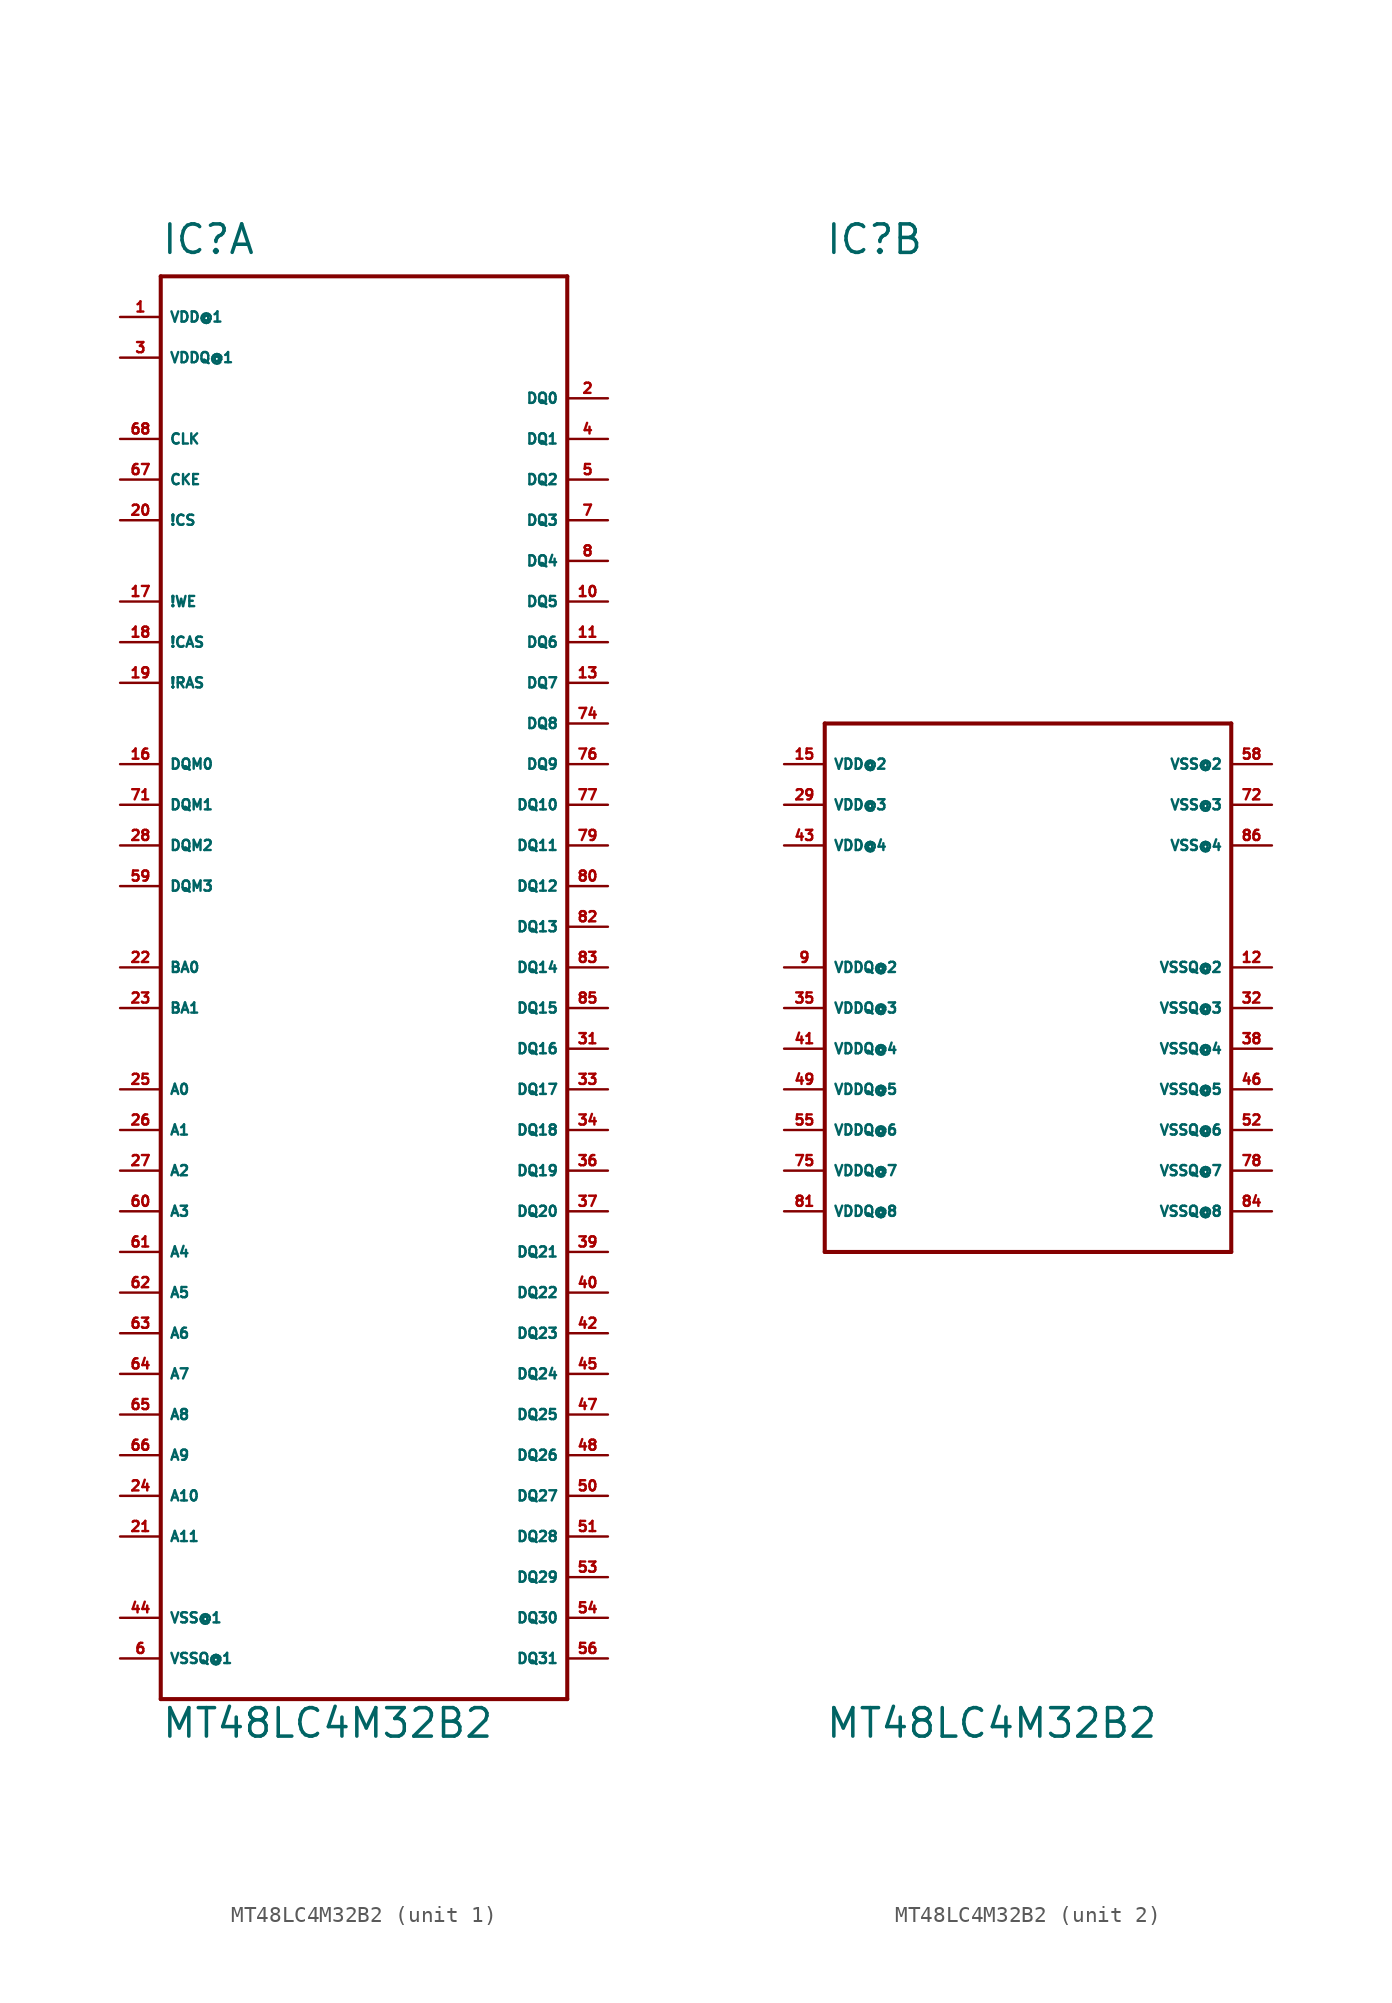
<source format=kicad_sym>
(kicad_symbol_lib
  (version 20220914)
  (generator Eagle2Kicad)
  (symbol "MT48LC4M32B2"
    (property "Reference" "IC"
      (at -12.7 44.45 0)
      (effects (font (size 1.778 1.778) (thickness 0.22)) (justify left bottom)))
    (property "Value" "MT48LC4M32B2"
      (at -12.7 -48.26 0)
      (effects (font (size 1.778 1.778) (thickness 0.22)) (justify left bottom)))
    (symbol "MT48LC4M32B2_1_0"
      (polyline (pts (xy -12.7 43.18) (xy -12.7 -45.72)) (stroke (width 0.254) (type default)) (fill (type none)))
      (polyline (pts (xy -12.7 -45.72) (xy 12.7 -45.72)) (stroke (width 0.254) (type default)) (fill (type none)))
      (polyline (pts (xy 12.7 -45.72) (xy 12.7 43.18)) (stroke (width 0.254) (type default)) (fill (type none)))
      (polyline (pts (xy 12.7 43.18) (xy -12.7 43.18)) (stroke (width 0.254) (type default)) (fill (type none)))
      (pin unspecified line (at -15.24 40.64 0) (length 2.54) (name "VDD@1" (effects (font (size 0.635 0.635) (thickness 0.08)) (justify left bottom))) (number "1" (effects (font (size 0.635 0.635) (thickness 0.08)) (justify left bottom))))
      (pin unspecified line (at -15.24 -40.64 0) (length 2.54) (name "VSS@1" (effects (font (size 0.635 0.635) (thickness 0.08)) (justify left bottom))) (number "44" (effects (font (size 0.635 0.635) (thickness 0.08)) (justify left bottom))))
      (pin unspecified line (at -15.24 38.1 0) (length 2.54) (name "VDDQ@1" (effects (font (size 0.635 0.635) (thickness 0.08)) (justify left bottom))) (number "3" (effects (font (size 0.635 0.635) (thickness 0.08)) (justify left bottom))))
      (pin unspecified line (at -15.24 -43.18 0) (length 2.54) (name "VSSQ@1" (effects (font (size 0.635 0.635) (thickness 0.08)) (justify left bottom))) (number "6" (effects (font (size 0.635 0.635) (thickness 0.08)) (justify left bottom))))
      (pin input line (at -15.24 33.02 0) (length 2.54) (name "CLK" (effects (font (size 0.635 0.635) (thickness 0.08)) (justify left bottom))) (number "68" (effects (font (size 0.635 0.635) (thickness 0.08)) (justify left bottom))))
      (pin input line (at -15.24 30.48 0) (length 2.54) (name "CKE" (effects (font (size 0.635 0.635) (thickness 0.08)) (justify left bottom))) (number "67" (effects (font (size 0.635 0.635) (thickness 0.08)) (justify left bottom))))
      (pin input line (at -15.24 27.94 0) (length 2.54) (name "!CS" (effects (font (size 0.635 0.635) (thickness 0.08)) (justify left bottom))) (number "20" (effects (font (size 0.635 0.635) (thickness 0.08)) (justify left bottom))))
      (pin input line (at -15.24 22.86 0) (length 2.54) (name "!WE" (effects (font (size 0.635 0.635) (thickness 0.08)) (justify left bottom))) (number "17" (effects (font (size 0.635 0.635) (thickness 0.08)) (justify left bottom))))
      (pin input line (at -15.24 20.32 0) (length 2.54) (name "!CAS" (effects (font (size 0.635 0.635) (thickness 0.08)) (justify left bottom))) (number "18" (effects (font (size 0.635 0.635) (thickness 0.08)) (justify left bottom))))
      (pin input line (at -15.24 17.78 0) (length 2.54) (name "!RAS" (effects (font (size 0.635 0.635) (thickness 0.08)) (justify left bottom))) (number "19" (effects (font (size 0.635 0.635) (thickness 0.08)) (justify left bottom))))
      (pin input line (at -15.24 12.7 0) (length 2.54) (name "DQM0" (effects (font (size 0.635 0.635) (thickness 0.08)) (justify left bottom))) (number "16" (effects (font (size 0.635 0.635) (thickness 0.08)) (justify left bottom))))
      (pin input line (at -15.24 10.16 0) (length 2.54) (name "DQM1" (effects (font (size 0.635 0.635) (thickness 0.08)) (justify left bottom))) (number "71" (effects (font (size 0.635 0.635) (thickness 0.08)) (justify left bottom))))
      (pin input line (at -15.24 7.62 0) (length 2.54) (name "DQM2" (effects (font (size 0.635 0.635) (thickness 0.08)) (justify left bottom))) (number "28" (effects (font (size 0.635 0.635) (thickness 0.08)) (justify left bottom))))
      (pin input line (at -15.24 5.08 0) (length 2.54) (name "DQM3" (effects (font (size 0.635 0.635) (thickness 0.08)) (justify left bottom))) (number "59" (effects (font (size 0.635 0.635) (thickness 0.08)) (justify left bottom))))
      (pin input line (at -15.24 0 0) (length 2.54) (name "BA0" (effects (font (size 0.635 0.635) (thickness 0.08)) (justify left bottom))) (number "22" (effects (font (size 0.635 0.635) (thickness 0.08)) (justify left bottom))))
      (pin input line (at -15.24 -2.54 0) (length 2.54) (name "BA1" (effects (font (size 0.635 0.635) (thickness 0.08)) (justify left bottom))) (number "23" (effects (font (size 0.635 0.635) (thickness 0.08)) (justify left bottom))))
      (pin input line (at -15.24 -7.62 0) (length 2.54) (name "A0" (effects (font (size 0.635 0.635) (thickness 0.08)) (justify left bottom))) (number "25" (effects (font (size 0.635 0.635) (thickness 0.08)) (justify left bottom))))
      (pin input line (at -15.24 -10.16 0) (length 2.54) (name "A1" (effects (font (size 0.635 0.635) (thickness 0.08)) (justify left bottom))) (number "26" (effects (font (size 0.635 0.635) (thickness 0.08)) (justify left bottom))))
      (pin input line (at -15.24 -12.7 0) (length 2.54) (name "A2" (effects (font (size 0.635 0.635) (thickness 0.08)) (justify left bottom))) (number "27" (effects (font (size 0.635 0.635) (thickness 0.08)) (justify left bottom))))
      (pin input line (at -15.24 -15.24 0) (length 2.54) (name "A3" (effects (font (size 0.635 0.635) (thickness 0.08)) (justify left bottom))) (number "60" (effects (font (size 0.635 0.635) (thickness 0.08)) (justify left bottom))))
      (pin input line (at -15.24 -17.78 0) (length 2.54) (name "A4" (effects (font (size 0.635 0.635) (thickness 0.08)) (justify left bottom))) (number "61" (effects (font (size 0.635 0.635) (thickness 0.08)) (justify left bottom))))
      (pin input line (at -15.24 -20.32 0) (length 2.54) (name "A5" (effects (font (size 0.635 0.635) (thickness 0.08)) (justify left bottom))) (number "62" (effects (font (size 0.635 0.635) (thickness 0.08)) (justify left bottom))))
      (pin input line (at -15.24 -22.86 0) (length 2.54) (name "A6" (effects (font (size 0.635 0.635) (thickness 0.08)) (justify left bottom))) (number "63" (effects (font (size 0.635 0.635) (thickness 0.08)) (justify left bottom))))
      (pin input line (at -15.24 -25.4 0) (length 2.54) (name "A7" (effects (font (size 0.635 0.635) (thickness 0.08)) (justify left bottom))) (number "64" (effects (font (size 0.635 0.635) (thickness 0.08)) (justify left bottom))))
      (pin input line (at -15.24 -27.94 0) (length 2.54) (name "A8" (effects (font (size 0.635 0.635) (thickness 0.08)) (justify left bottom))) (number "65" (effects (font (size 0.635 0.635) (thickness 0.08)) (justify left bottom))))
      (pin input line (at -15.24 -30.48 0) (length 2.54) (name "A9" (effects (font (size 0.635 0.635) (thickness 0.08)) (justify left bottom))) (number "66" (effects (font (size 0.635 0.635) (thickness 0.08)) (justify left bottom))))
      (pin input line (at -15.24 -33.02 0) (length 2.54) (name "A10" (effects (font (size 0.635 0.635) (thickness 0.08)) (justify left bottom))) (number "24" (effects (font (size 0.635 0.635) (thickness 0.08)) (justify left bottom))))
      (pin input line (at -15.24 -35.56 0) (length 2.54) (name "A11" (effects (font (size 0.635 0.635) (thickness 0.08)) (justify left bottom))) (number "21" (effects (font (size 0.635 0.635) (thickness 0.08)) (justify left bottom))))
      (pin input line (at 15.24 35.56 180) (length 2.54) (name "DQ0" (effects (font (size 0.635 0.635) (thickness 0.08)) (justify left bottom))) (number "2" (effects (font (size 0.635 0.635) (thickness 0.08)) (justify left bottom))))
      (pin input line (at 15.24 33.02 180) (length 2.54) (name "DQ1" (effects (font (size 0.635 0.635) (thickness 0.08)) (justify left bottom))) (number "4" (effects (font (size 0.635 0.635) (thickness 0.08)) (justify left bottom))))
      (pin input line (at 15.24 30.48 180) (length 2.54) (name "DQ2" (effects (font (size 0.635 0.635) (thickness 0.08)) (justify left bottom))) (number "5" (effects (font (size 0.635 0.635) (thickness 0.08)) (justify left bottom))))
      (pin input line (at 15.24 27.94 180) (length 2.54) (name "DQ3" (effects (font (size 0.635 0.635) (thickness 0.08)) (justify left bottom))) (number "7" (effects (font (size 0.635 0.635) (thickness 0.08)) (justify left bottom))))
      (pin input line (at 15.24 25.4 180) (length 2.54) (name "DQ4" (effects (font (size 0.635 0.635) (thickness 0.08)) (justify left bottom))) (number "8" (effects (font (size 0.635 0.635) (thickness 0.08)) (justify left bottom))))
      (pin input line (at 15.24 22.86 180) (length 2.54) (name "DQ5" (effects (font (size 0.635 0.635) (thickness 0.08)) (justify left bottom))) (number "10" (effects (font (size 0.635 0.635) (thickness 0.08)) (justify left bottom))))
      (pin input line (at 15.24 20.32 180) (length 2.54) (name "DQ6" (effects (font (size 0.635 0.635) (thickness 0.08)) (justify left bottom))) (number "11" (effects (font (size 0.635 0.635) (thickness 0.08)) (justify left bottom))))
      (pin input line (at 15.24 17.78 180) (length 2.54) (name "DQ7" (effects (font (size 0.635 0.635) (thickness 0.08)) (justify left bottom))) (number "13" (effects (font (size 0.635 0.635) (thickness 0.08)) (justify left bottom))))
      (pin input line (at 15.24 15.24 180) (length 2.54) (name "DQ8" (effects (font (size 0.635 0.635) (thickness 0.08)) (justify left bottom))) (number "74" (effects (font (size 0.635 0.635) (thickness 0.08)) (justify left bottom))))
      (pin input line (at 15.24 12.7 180) (length 2.54) (name "DQ9" (effects (font (size 0.635 0.635) (thickness 0.08)) (justify left bottom))) (number "76" (effects (font (size 0.635 0.635) (thickness 0.08)) (justify left bottom))))
      (pin input line (at 15.24 10.16 180) (length 2.54) (name "DQ10" (effects (font (size 0.635 0.635) (thickness 0.08)) (justify left bottom))) (number "77" (effects (font (size 0.635 0.635) (thickness 0.08)) (justify left bottom))))
      (pin input line (at 15.24 7.62 180) (length 2.54) (name "DQ11" (effects (font (size 0.635 0.635) (thickness 0.08)) (justify left bottom))) (number "79" (effects (font (size 0.635 0.635) (thickness 0.08)) (justify left bottom))))
      (pin input line (at 15.24 5.08 180) (length 2.54) (name "DQ12" (effects (font (size 0.635 0.635) (thickness 0.08)) (justify left bottom))) (number "80" (effects (font (size 0.635 0.635) (thickness 0.08)) (justify left bottom))))
      (pin input line (at 15.24 2.54 180) (length 2.54) (name "DQ13" (effects (font (size 0.635 0.635) (thickness 0.08)) (justify left bottom))) (number "82" (effects (font (size 0.635 0.635) (thickness 0.08)) (justify left bottom))))
      (pin input line (at 15.24 0 180) (length 2.54) (name "DQ14" (effects (font (size 0.635 0.635) (thickness 0.08)) (justify left bottom))) (number "83" (effects (font (size 0.635 0.635) (thickness 0.08)) (justify left bottom))))
      (pin input line (at 15.24 -2.54 180) (length 2.54) (name "DQ15" (effects (font (size 0.635 0.635) (thickness 0.08)) (justify left bottom))) (number "85" (effects (font (size 0.635 0.635) (thickness 0.08)) (justify left bottom))))
      (pin input line (at 15.24 -5.08 180) (length 2.54) (name "DQ16" (effects (font (size 0.635 0.635) (thickness 0.08)) (justify left bottom))) (number "31" (effects (font (size 0.635 0.635) (thickness 0.08)) (justify left bottom))))
      (pin input line (at 15.24 -7.62 180) (length 2.54) (name "DQ17" (effects (font (size 0.635 0.635) (thickness 0.08)) (justify left bottom))) (number "33" (effects (font (size 0.635 0.635) (thickness 0.08)) (justify left bottom))))
      (pin input line (at 15.24 -10.16 180) (length 2.54) (name "DQ18" (effects (font (size 0.635 0.635) (thickness 0.08)) (justify left bottom))) (number "34" (effects (font (size 0.635 0.635) (thickness 0.08)) (justify left bottom))))
      (pin input line (at 15.24 -12.7 180) (length 2.54) (name "DQ19" (effects (font (size 0.635 0.635) (thickness 0.08)) (justify left bottom))) (number "36" (effects (font (size 0.635 0.635) (thickness 0.08)) (justify left bottom))))
      (pin input line (at 15.24 -15.24 180) (length 2.54) (name "DQ20" (effects (font (size 0.635 0.635) (thickness 0.08)) (justify left bottom))) (number "37" (effects (font (size 0.635 0.635) (thickness 0.08)) (justify left bottom))))
      (pin input line (at 15.24 -17.78 180) (length 2.54) (name "DQ21" (effects (font (size 0.635 0.635) (thickness 0.08)) (justify left bottom))) (number "39" (effects (font (size 0.635 0.635) (thickness 0.08)) (justify left bottom))))
      (pin input line (at 15.24 -20.32 180) (length 2.54) (name "DQ22" (effects (font (size 0.635 0.635) (thickness 0.08)) (justify left bottom))) (number "40" (effects (font (size 0.635 0.635) (thickness 0.08)) (justify left bottom))))
      (pin input line (at 15.24 -22.86 180) (length 2.54) (name "DQ23" (effects (font (size 0.635 0.635) (thickness 0.08)) (justify left bottom))) (number "42" (effects (font (size 0.635 0.635) (thickness 0.08)) (justify left bottom))))
      (pin input line (at 15.24 -25.4 180) (length 2.54) (name "DQ24" (effects (font (size 0.635 0.635) (thickness 0.08)) (justify left bottom))) (number "45" (effects (font (size 0.635 0.635) (thickness 0.08)) (justify left bottom))))
      (pin input line (at 15.24 -27.94 180) (length 2.54) (name "DQ25" (effects (font (size 0.635 0.635) (thickness 0.08)) (justify left bottom))) (number "47" (effects (font (size 0.635 0.635) (thickness 0.08)) (justify left bottom))))
      (pin input line (at 15.24 -30.48 180) (length 2.54) (name "DQ26" (effects (font (size 0.635 0.635) (thickness 0.08)) (justify left bottom))) (number "48" (effects (font (size 0.635 0.635) (thickness 0.08)) (justify left bottom))))
      (pin input line (at 15.24 -33.02 180) (length 2.54) (name "DQ27" (effects (font (size 0.635 0.635) (thickness 0.08)) (justify left bottom))) (number "50" (effects (font (size 0.635 0.635) (thickness 0.08)) (justify left bottom))))
      (pin input line (at 15.24 -35.56 180) (length 2.54) (name "DQ28" (effects (font (size 0.635 0.635) (thickness 0.08)) (justify left bottom))) (number "51" (effects (font (size 0.635 0.635) (thickness 0.08)) (justify left bottom))))
      (pin input line (at 15.24 -38.1 180) (length 2.54) (name "DQ29" (effects (font (size 0.635 0.635) (thickness 0.08)) (justify left bottom))) (number "53" (effects (font (size 0.635 0.635) (thickness 0.08)) (justify left bottom))))
      (pin input line (at 15.24 -40.64 180) (length 2.54) (name "DQ30" (effects (font (size 0.635 0.635) (thickness 0.08)) (justify left bottom))) (number "54" (effects (font (size 0.635 0.635) (thickness 0.08)) (justify left bottom))))
      (pin input line (at 15.24 -43.18 180) (length 2.54) (name "DQ31" (effects (font (size 0.635 0.635) (thickness 0.08)) (justify left bottom))) (number "56" (effects (font (size 0.635 0.635) (thickness 0.08)) (justify left bottom)))))
    (symbol "MT48LC4M32B2_2_0"
      (polyline (pts (xy -12.7 15.24) (xy -12.7 -17.78)) (stroke (width 0.254) (type default)) (fill (type none)))
      (polyline (pts (xy -12.7 -17.78) (xy 12.7 -17.78)) (stroke (width 0.254) (type default)) (fill (type none)))
      (polyline (pts (xy 12.7 -17.78) (xy 12.7 15.24)) (stroke (width 0.254) (type default)) (fill (type none)))
      (polyline (pts (xy 12.7 15.24) (xy -12.7 15.24)) (stroke (width 0.254) (type default)) (fill (type none)))
      (pin unspecified line (at -15.24 12.7 0) (length 2.54) (name "VDD@2" (effects (font (size 0.635 0.635) (thickness 0.08)) (justify left bottom))) (number "15" (effects (font (size 0.635 0.635) (thickness 0.08)) (justify left bottom))))
      (pin unspecified line (at 15.24 12.7 180) (length 2.54) (name "VSS@2" (effects (font (size 0.635 0.635) (thickness 0.08)) (justify left bottom))) (number "58" (effects (font (size 0.635 0.635) (thickness 0.08)) (justify left bottom))))
      (pin unspecified line (at -15.24 0 0) (length 2.54) (name "VDDQ@2" (effects (font (size 0.635 0.635) (thickness 0.08)) (justify left bottom))) (number "9" (effects (font (size 0.635 0.635) (thickness 0.08)) (justify left bottom))))
      (pin unspecified line (at 15.24 0 180) (length 2.54) (name "VSSQ@2" (effects (font (size 0.635 0.635) (thickness 0.08)) (justify left bottom))) (number "12" (effects (font (size 0.635 0.635) (thickness 0.08)) (justify left bottom))))
      (pin unspecified line (at -15.24 10.16 0) (length 2.54) (name "VDD@3" (effects (font (size 0.635 0.635) (thickness 0.08)) (justify left bottom))) (number "29" (effects (font (size 0.635 0.635) (thickness 0.08)) (justify left bottom))))
      (pin unspecified line (at -15.24 7.62 0) (length 2.54) (name "VDD@4" (effects (font (size 0.635 0.635) (thickness 0.08)) (justify left bottom))) (number "43" (effects (font (size 0.635 0.635) (thickness 0.08)) (justify left bottom))))
      (pin unspecified line (at 15.24 10.16 180) (length 2.54) (name "VSS@3" (effects (font (size 0.635 0.635) (thickness 0.08)) (justify left bottom))) (number "72" (effects (font (size 0.635 0.635) (thickness 0.08)) (justify left bottom))))
      (pin unspecified line (at 15.24 7.62 180) (length 2.54) (name "VSS@4" (effects (font (size 0.635 0.635) (thickness 0.08)) (justify left bottom))) (number "86" (effects (font (size 0.635 0.635) (thickness 0.08)) (justify left bottom))))
      (pin unspecified line (at -15.24 -2.54 0) (length 2.54) (name "VDDQ@3" (effects (font (size 0.635 0.635) (thickness 0.08)) (justify left bottom))) (number "35" (effects (font (size 0.635 0.635) (thickness 0.08)) (justify left bottom))))
      (pin unspecified line (at -15.24 -5.08 0) (length 2.54) (name "VDDQ@4" (effects (font (size 0.635 0.635) (thickness 0.08)) (justify left bottom))) (number "41" (effects (font (size 0.635 0.635) (thickness 0.08)) (justify left bottom))))
      (pin unspecified line (at -15.24 -7.62 0) (length 2.54) (name "VDDQ@5" (effects (font (size 0.635 0.635) (thickness 0.08)) (justify left bottom))) (number "49" (effects (font (size 0.635 0.635) (thickness 0.08)) (justify left bottom))))
      (pin unspecified line (at -15.24 -10.16 0) (length 2.54) (name "VDDQ@6" (effects (font (size 0.635 0.635) (thickness 0.08)) (justify left bottom))) (number "55" (effects (font (size 0.635 0.635) (thickness 0.08)) (justify left bottom))))
      (pin unspecified line (at -15.24 -12.7 0) (length 2.54) (name "VDDQ@7" (effects (font (size 0.635 0.635) (thickness 0.08)) (justify left bottom))) (number "75" (effects (font (size 0.635 0.635) (thickness 0.08)) (justify left bottom))))
      (pin unspecified line (at -15.24 -15.24 0) (length 2.54) (name "VDDQ@8" (effects (font (size 0.635 0.635) (thickness 0.08)) (justify left bottom))) (number "81" (effects (font (size 0.635 0.635) (thickness 0.08)) (justify left bottom))))
      (pin unspecified line (at 15.24 -2.54 180) (length 2.54) (name "VSSQ@3" (effects (font (size 0.635 0.635) (thickness 0.08)) (justify left bottom))) (number "32" (effects (font (size 0.635 0.635) (thickness 0.08)) (justify left bottom))))
      (pin unspecified line (at 15.24 -5.08 180) (length 2.54) (name "VSSQ@4" (effects (font (size 0.635 0.635) (thickness 0.08)) (justify left bottom))) (number "38" (effects (font (size 0.635 0.635) (thickness 0.08)) (justify left bottom))))
      (pin unspecified line (at 15.24 -7.62 180) (length 2.54) (name "VSSQ@5" (effects (font (size 0.635 0.635) (thickness 0.08)) (justify left bottom))) (number "46" (effects (font (size 0.635 0.635) (thickness 0.08)) (justify left bottom))))
      (pin unspecified line (at 15.24 -10.16 180) (length 2.54) (name "VSSQ@6" (effects (font (size 0.635 0.635) (thickness 0.08)) (justify left bottom))) (number "52" (effects (font (size 0.635 0.635) (thickness 0.08)) (justify left bottom))))
      (pin unspecified line (at 15.24 -12.7 180) (length 2.54) (name "VSSQ@7" (effects (font (size 0.635 0.635) (thickness 0.08)) (justify left bottom))) (number "78" (effects (font (size 0.635 0.635) (thickness 0.08)) (justify left bottom))))
      (pin unspecified line (at 15.24 -15.24 180) (length 2.54) (name "VSSQ@8" (effects (font (size 0.635 0.635) (thickness 0.08)) (justify left bottom))) (number "84" (effects (font (size 0.635 0.635) (thickness 0.08)) (justify left bottom)))))))
</source>
